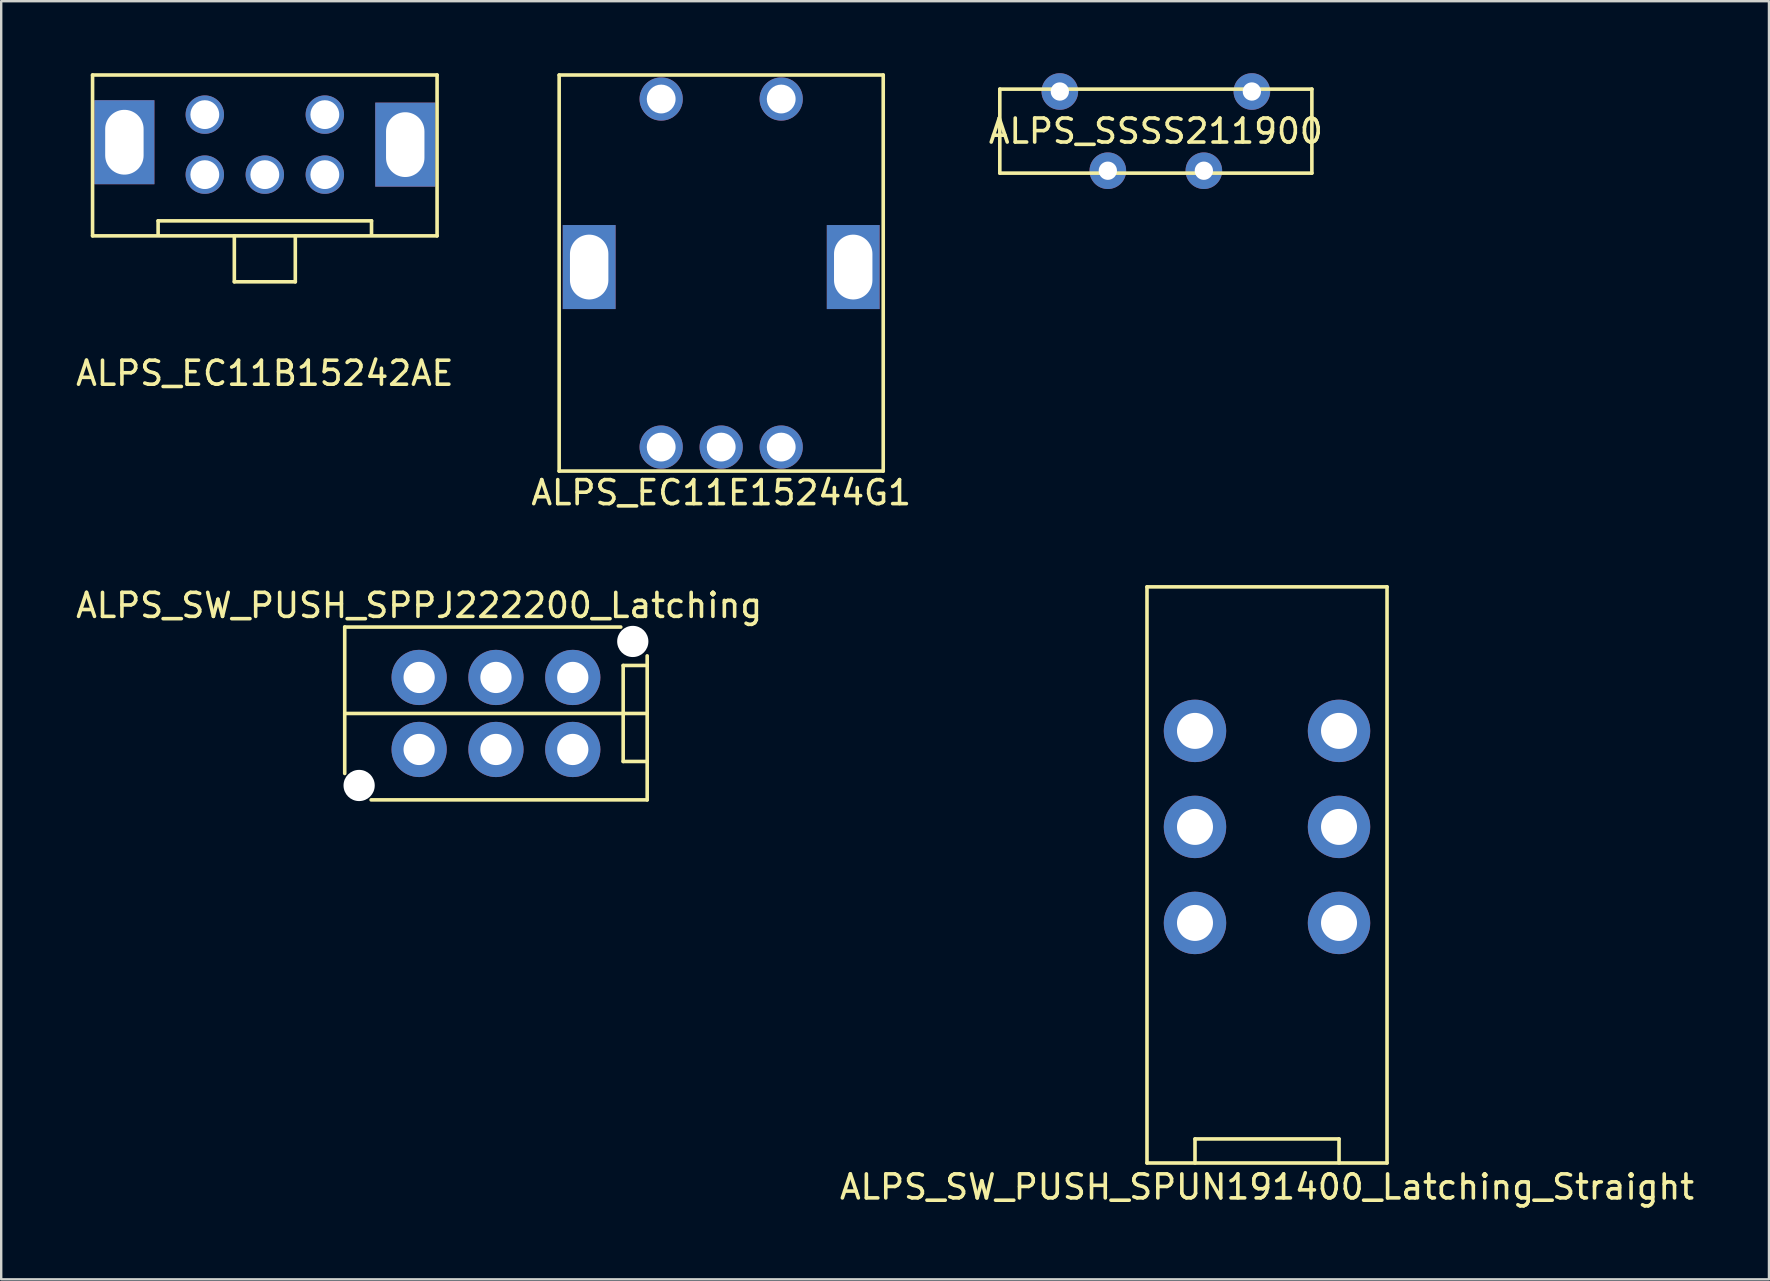
<source format=kicad_pcb>
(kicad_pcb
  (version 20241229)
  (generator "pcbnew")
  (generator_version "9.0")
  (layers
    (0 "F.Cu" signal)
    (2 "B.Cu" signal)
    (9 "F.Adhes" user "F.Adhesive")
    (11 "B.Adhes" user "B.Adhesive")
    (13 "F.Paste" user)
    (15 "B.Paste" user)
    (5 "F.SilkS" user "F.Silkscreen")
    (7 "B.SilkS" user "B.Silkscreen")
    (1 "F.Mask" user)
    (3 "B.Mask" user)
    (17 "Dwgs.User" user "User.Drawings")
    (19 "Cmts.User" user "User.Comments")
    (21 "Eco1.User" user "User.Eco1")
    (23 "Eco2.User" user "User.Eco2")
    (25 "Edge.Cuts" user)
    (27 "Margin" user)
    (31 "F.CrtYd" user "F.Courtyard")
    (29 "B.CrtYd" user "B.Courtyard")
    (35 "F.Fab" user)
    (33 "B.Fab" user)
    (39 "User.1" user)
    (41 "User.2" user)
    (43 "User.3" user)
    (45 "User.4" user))
  (footprint "ALPS_SW_PUSH_SPUN191400_Latching_Straight"
    (layer "F.Cu")
    (at 49.732 27.398)
    (property "Reference" "ALPS_SW_PUSH_SPUN191400_Latching_Straight" (at 0 19 0) (layer "F.SilkS") (effects (font (size 1 1) (thickness 0.15))))
    (attr through_hole)
    (fp_line (start -5 -6) (end 5 -6) (stroke (width 0.15) (type solid)) (layer "F.SilkS"))
    (fp_line (start -5 18) (end -5 -6) (stroke (width 0.15) (type solid)) (layer "F.SilkS"))
    (fp_line (start -5 18) (end 5 18) (stroke (width 0.15) (type solid)) (layer "F.SilkS"))
    (fp_line (start -3 17) (end 3 17) (stroke (width 0.15) (type solid)) (layer "F.SilkS"))
    (fp_line (start -3 18) (end -3 17) (stroke (width 0.15) (type solid)) (layer "F.SilkS"))
    (fp_line (start 3 17) (end 3 18) (stroke (width 0.15) (type solid)) (layer "F.SilkS"))
    (fp_line (start 5 -6) (end 5 18) (stroke (width 0.15) (type solid)) (layer "F.SilkS"))
    (pad "1" thru_hole circle (at -3 8) (size 2.6 2.6) (drill 1.5) (layers "*.Cu" "*.Mask"))
    (pad "2" thru_hole circle (at -3 4) (size 2.6 2.6) (drill 1.5) (layers "*.Cu" "*.Mask"))
    (pad "3" thru_hole circle (at -3 0) (size 2.6 2.6) (drill 1.5) (layers "*.Cu" "*.Mask"))
    (pad "4" thru_hole circle (at 3 8) (size 2.6 2.6) (drill 1.5) (layers "*.Cu" "*.Mask"))
    (pad "5" thru_hole circle (at 3 4) (size 2.6 2.6) (drill 1.5) (layers "*.Cu" "*.Mask"))
    (pad "6" thru_hole circle (at 3 0) (size 2.6 2.6) (drill 1.5) (layers "*.Cu" "*.Mask")))
  (footprint "ALPS_EC11B15242AE"
    (layer "F.Cu")
    (at 7.982 2.975)
    (property "Reference" "ALPS_EC11B15242AE" (at 0 9.525 0) (layer "F.SilkS") (effects (font (size 1 1) (thickness 0.15))))
    (attr through_hole)
    (fp_line (start -7.176 -2.9) (end -7.176 3.8) (stroke (width 0.15) (type solid)) (layer "F.SilkS"))
    (fp_line (start -7.176 -2.9) (end 7.176 -2.9) (stroke (width 0.15) (type solid)) (layer "F.SilkS"))
    (fp_line (start -7.176 3.8) (end 7.176 3.8) (stroke (width 0.15) (type solid)) (layer "F.SilkS"))
    (fp_line (start -4.445 3.175) (end 4.445 3.175) (stroke (width 0.15) (type solid)) (layer "F.SilkS"))
    (fp_line (start -4.445 3.747) (end -4.445 3.175) (stroke (width 0.15) (type solid)) (layer "F.SilkS"))
    (fp_line (start -1.27 3.81) (end -1.27 5.715) (stroke (width 0.15) (type solid)) (layer "F.SilkS"))
    (fp_line (start -1.27 5.715) (end 1.27 5.715) (stroke (width 0.15) (type solid)) (layer "F.SilkS"))
    (fp_line (start 1.27 5.715) (end 1.27 3.81) (stroke (width 0.15) (type solid)) (layer "F.SilkS"))
    (fp_line (start 4.445 3.175) (end 4.445 3.747) (stroke (width 0.15) (type solid)) (layer "F.SilkS"))
    (fp_line (start 7.176 -2.9) (end 7.176 3.8) (stroke (width 0.15) (type solid)) (layer "F.SilkS"))
    (pad "" np_thru_hole rect (at -5.85 -0.1) (size 2.5 3.5) (drill oval 1.6 2.7) (layers "*.Cu" "*.Mask"))
    (pad "" np_thru_hole rect (at 5.85 0) (size 2.5 3.5) (drill oval 1.6 2.7) (layers "*.Cu" "*.Mask"))
    (pad "1" thru_hole circle (at -2.5 1.25) (size 1.6 1.6) (drill 1.2) (layers "*.Cu" "*.Mask"))
    (pad "2" thru_hole circle (at 0 1.25) (size 1.6 1.6) (drill 1.2) (layers "*.Cu" "*.Mask"))
    (pad "3" thru_hole circle (at 2.5 1.25) (size 1.6 1.6) (drill 1.2) (layers "*.Cu" "*.Mask"))
    (pad "4" thru_hole circle (at -2.5 -1.25) (size 1.6 1.6) (drill 1.2) (layers "*.Cu" "*.Mask"))
    (pad "5" thru_hole circle (at 2.5 -1.25) (size 1.6 1.6) (drill 1.2) (layers "*.Cu" "*.Mask")))
  (footprint "ALPS_EC11E15244G1"
    (layer "F.Cu")
    (at 26.994 8.175)
    (property "Reference" "ALPS_EC11E15244G1" (at 0 9.3 0) (layer "F.SilkS") (effects (font (size 1 1) (thickness 0.15))))
    (attr through_hole)
    (fp_line (start -6.75 -8.1) (end -6.75 8.4) (stroke (width 0.15) (type solid)) (layer "F.SilkS"))
    (fp_line (start -6.75 -8.1) (end 6.75 -8.1) (stroke (width 0.15) (type solid)) (layer "F.SilkS"))
    (fp_line (start -6.75 8.4) (end 6.75 8.4) (stroke (width 0.15) (type solid)) (layer "F.SilkS"))
    (fp_line (start 6.75 -8.1) (end 6.75 8.4) (stroke (width 0.15) (type solid)) (layer "F.SilkS"))
    (pad "" np_thru_hole rect (at -5.5 -0.1) (size 2.2 3.5) (drill oval 1.6 2.7) (layers "*.Cu" "*.Mask"))
    (pad "" np_thru_hole rect (at 5.5 -0.1) (size 2.2 3.5) (drill oval 1.6 2.7) (layers "*.Cu" "*.Mask"))
    (pad "1" thru_hole circle (at -2.5 7.4) (size 1.8 1.8) (drill 1.2) (layers "*.Cu" "*.Mask"))
    (pad "2" thru_hole circle (at 0 7.4) (size 1.8 1.8) (drill 1.2) (layers "*.Cu" "*.Mask"))
    (pad "3" thru_hole circle (at 2.5 7.4) (size 1.8 1.8) (drill 1.2) (layers "*.Cu" "*.Mask"))
    (pad "4" thru_hole circle (at -2.5 -7.1) (size 1.8 1.8) (drill 1.2) (layers "*.Cu" "*.Mask"))
    (pad "5" thru_hole circle (at 2.5 -7.1) (size 1.8 1.8) (drill 1.2) (layers "*.Cu" "*.Mask")))
  (footprint "ALPS_SW_PUSH_SPPJ222200_Latching"
    (layer "F.Cu")
    (at 17.611 26.672)
    (property "Reference" "ALPS_SW_PUSH_SPPJ222200_Latching" (at -3.2 -4.5 180) (layer "F.SilkS") (effects (font (size 1 1) (thickness 0.15))))
    (attr through_hole)
    (fp_line (start -6.3 -3.6) (end 5.2 -3.6) (stroke (width 0.15) (type solid)) (layer "F.SilkS"))
    (fp_line (start -6.3 2.5) (end -6.3 -3.6) (stroke (width 0.15) (type solid)) (layer "F.SilkS"))
    (fp_line (start -5.2 3.6) (end 6.3 3.6) (stroke (width 0.15) (type solid)) (layer "F.SilkS"))
    (fp_line (start 5.3 -2) (end 6.3 -2) (stroke (width 0.15) (type solid)) (layer "F.SilkS"))
    (fp_line (start 5.3 2) (end 5.3 -2) (stroke (width 0.15) (type solid)) (layer "F.SilkS"))
    (fp_line (start 6.3 0) (end -6.299 0) (stroke (width 0.15) (type solid)) (layer "F.SilkS"))
    (fp_line (start 6.3 -2.4) (end 6.3 3.6) (stroke (width 0.15) (type solid)) (layer "F.SilkS"))
    (fp_line (start 6.3 2) (end 5.3 2) (stroke (width 0.15) (type solid)) (layer "F.SilkS"))
    (pad "" np_thru_hole circle (at -5.7 3 90) (size 1.3 1.3) (drill 1.3) (layers "*.Cu" "*.Mask"))
    (pad "" np_thru_hole circle (at 5.7 -3 90) (size 1.3 1.3) (drill 1.3) (layers "*.Cu" "*.Mask"))
    (pad "1" thru_hole circle (at 3.2 1.5 90) (size 2.3 2.3) (drill 1.3) (layers "*.Cu" "*.Mask"))
    (pad "2" thru_hole circle (at 0 1.5 90) (size 2.3 2.3) (drill 1.3) (layers "*.Cu" "*.Mask"))
    (pad "3" thru_hole circle (at -3.2 1.5 90) (size 2.3 2.3) (drill 1.3) (layers "*.Cu" "*.Mask"))
    (pad "4" thru_hole circle (at 3.2 -1.5 90) (size 2.3 2.3) (drill 1.3) (layers "*.Cu" "*.Mask"))
    (pad "5" thru_hole circle (at 0 -1.5 90) (size 2.3 2.3) (drill 1.3) (layers "*.Cu" "*.Mask"))
    (pad "6" thru_hole circle (at -3.2 -1.5 90) (size 2.3 2.3) (drill 1.3) (layers "*.Cu" "*.Mask")))
  (footprint "ALPS_SSSS211900"
    (layer "F.Cu")
    (at 45.101 2.412)
    (property "Reference" "ALPS_SSSS211900" (at 0 0 0) (layer "F.SilkS") (effects (font (size 1 1) (thickness 0.15))))
    (attr through_hole)
    (fp_line (start -6.5 -1.75) (end -6.5 1.75) (stroke (width 0.15) (type solid)) (layer "F.SilkS"))
    (fp_line (start -6.5 -1.75) (end 6.5 -1.75) (stroke (width 0.15) (type solid)) (layer "F.SilkS"))
    (fp_line (start 6.5 -1.75) (end 6.5 1.75) (stroke (width 0.15) (type solid)) (layer "F.SilkS"))
    (fp_line (start 6.5 1.75) (end -6.5 1.75) (stroke (width 0.15) (type solid)) (layer "F.SilkS"))
    (pad "1" thru_hole circle (at -4 -1.65) (size 1.524 1.524) (drill 0.762) (layers "*.Cu" "*.Mask"))
    (pad "2" thru_hole circle (at -2 1.65) (size 1.524 1.524) (drill 0.762) (layers "*.Cu" "*.Mask"))
    (pad "3" thru_hole circle (at 2 1.65) (size 1.524 1.524) (drill 0.762) (layers "*.Cu" "*.Mask"))
    (pad "4" thru_hole circle (at 4 -1.65) (size 1.524 1.524) (drill 0.762) (layers "*.Cu" "*.Mask")))
  (gr_rect
    (start -3 -3)
    (end 70.643 50.246)
    (stroke (width 0.1) (type default))
    (fill no)
    (layer "Edge.Cuts")))
</source>
